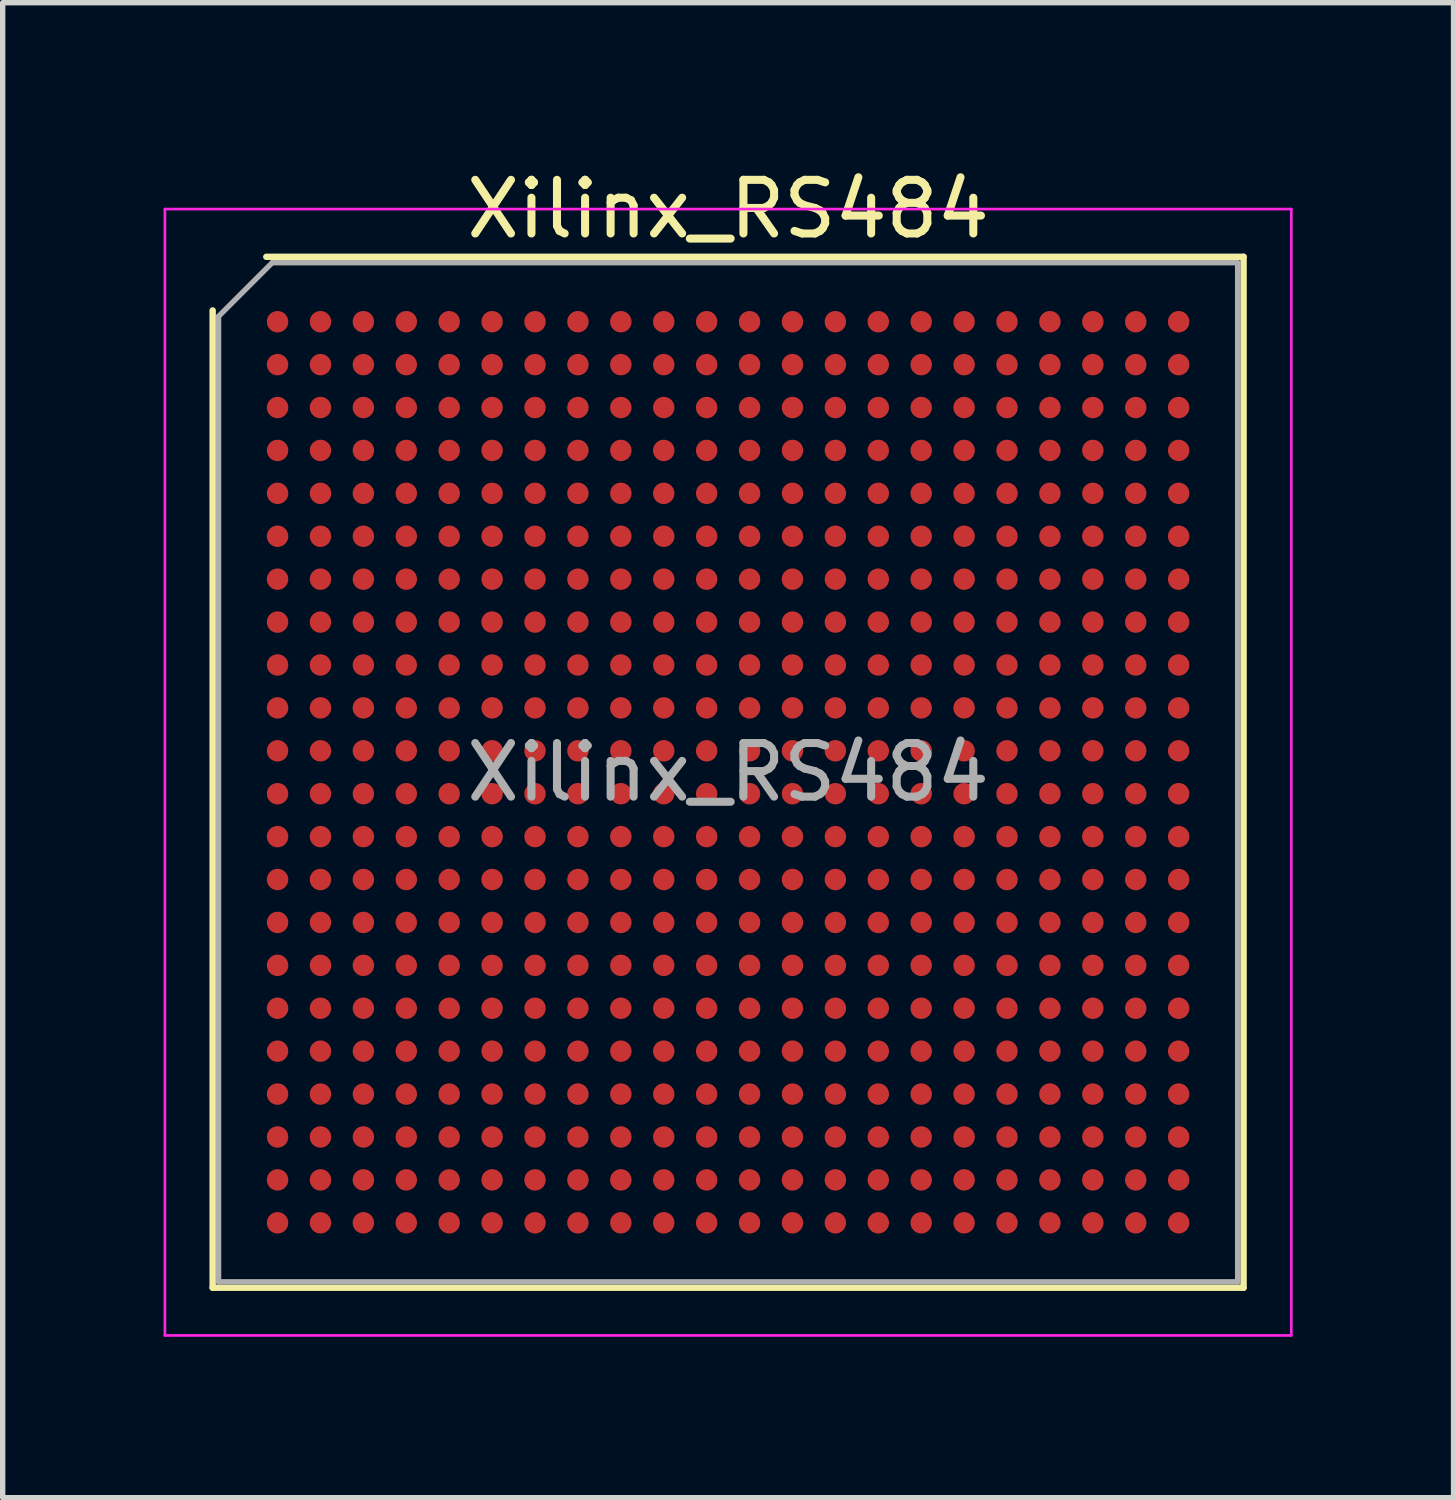
<source format=kicad_pcb>
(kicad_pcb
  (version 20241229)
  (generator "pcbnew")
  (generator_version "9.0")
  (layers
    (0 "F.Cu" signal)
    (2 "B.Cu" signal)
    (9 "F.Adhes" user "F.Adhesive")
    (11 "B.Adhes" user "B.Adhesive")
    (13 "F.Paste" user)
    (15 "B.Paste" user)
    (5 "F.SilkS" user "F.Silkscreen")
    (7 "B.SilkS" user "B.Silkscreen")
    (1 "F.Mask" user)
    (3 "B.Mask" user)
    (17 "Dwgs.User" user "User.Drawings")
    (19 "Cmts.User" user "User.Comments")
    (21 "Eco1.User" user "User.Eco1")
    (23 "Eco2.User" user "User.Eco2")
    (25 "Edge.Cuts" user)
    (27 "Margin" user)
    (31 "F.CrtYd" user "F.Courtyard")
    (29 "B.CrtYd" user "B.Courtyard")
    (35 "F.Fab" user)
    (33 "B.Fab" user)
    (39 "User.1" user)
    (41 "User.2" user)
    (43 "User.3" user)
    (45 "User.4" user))
  (footprint "Xilinx_RS484"
    (layer "F.Cu")
    (at 10.525 11.348)
    (property "Reference" "Xilinx_RS484" (at 0 -10.5 0) (layer "F.SilkS") (effects (font (size 1 1) (thickness 0.15))))
    (attr smd)
    (fp_line (start -9.61 9.61) (end -9.61 -8.61) (stroke (width 0.12) (type solid)) (layer "F.SilkS"))
    (fp_line (start -8.61 -9.61) (end 9.61 -9.61) (stroke (width 0.12) (type solid)) (layer "F.SilkS"))
    (fp_line (start 9.61 -9.61) (end 9.61 9.61) (stroke (width 0.12) (type solid)) (layer "F.SilkS"))
    (fp_line (start 9.61 9.61) (end -9.61 9.61) (stroke (width 0.12) (type solid)) (layer "F.SilkS"))
    (fp_line (start -10.5 -10.5) (end -10.5 10.5) (stroke (width 0.05) (type solid)) (layer "F.CrtYd"))
    (fp_line (start -10.5 10.5) (end 10.5 10.5) (stroke (width 0.05) (type solid)) (layer "F.CrtYd"))
    (fp_line (start 10.5 -10.5) (end -10.5 -10.5) (stroke (width 0.05) (type solid)) (layer "F.CrtYd"))
    (fp_line (start 10.5 10.5) (end 10.5 -10.5) (stroke (width 0.05) (type solid)) (layer "F.CrtYd"))
    (fp_line (start -9.5 -8.5) (end -8.5 -9.5) (stroke (width 0.1) (type solid)) (layer "F.Fab"))
    (fp_line (start -9.5 9.5) (end -9.5 -8.5) (stroke (width 0.1) (type solid)) (layer "F.Fab"))
    (fp_line (start -8.5 -9.5) (end 9.5 -9.5) (stroke (width 0.1) (type solid)) (layer "F.Fab"))
    (fp_line (start 9.5 -9.5) (end 9.5 9.5) (stroke (width 0.1) (type solid)) (layer "F.Fab"))
    (fp_line (start 9.5 9.5) (end -9.5 9.5) (stroke (width 0.1) (type solid)) (layer "F.Fab"))
    (fp_text user "${REFERENCE}" (at 0 0 0) (layer "F.Fab") (effects (font (size 1 1) (thickness 0.15))))
    (pad "A1" smd circle (at -8.4 -8.4) (size 0.4 0.4) (layers "F.Cu" "F.Mask" "F.Paste"))
    (pad "A2" smd circle (at -7.6 -8.4) (size 0.4 0.4) (layers "F.Cu" "F.Mask" "F.Paste"))
    (pad "A3" smd circle (at -6.8 -8.4) (size 0.4 0.4) (layers "F.Cu" "F.Mask" "F.Paste"))
    (pad "A4" smd circle (at -6 -8.4) (size 0.4 0.4) (layers "F.Cu" "F.Mask" "F.Paste"))
    (pad "A5" smd circle (at -5.2 -8.4) (size 0.4 0.4) (layers "F.Cu" "F.Mask" "F.Paste"))
    (pad "A6" smd circle (at -4.4 -8.4) (size 0.4 0.4) (layers "F.Cu" "F.Mask" "F.Paste"))
    (pad "A7" smd circle (at -3.6 -8.4) (size 0.4 0.4) (layers "F.Cu" "F.Mask" "F.Paste"))
    (pad "A8" smd circle (at -2.8 -8.4) (size 0.4 0.4) (layers "F.Cu" "F.Mask" "F.Paste"))
    (pad "A9" smd circle (at -2 -8.4) (size 0.4 0.4) (layers "F.Cu" "F.Mask" "F.Paste"))
    (pad "A10" smd circle (at -1.2 -8.4) (size 0.4 0.4) (layers "F.Cu" "F.Mask" "F.Paste"))
    (pad "A11" smd circle (at -0.4 -8.4) (size 0.4 0.4) (layers "F.Cu" "F.Mask" "F.Paste"))
    (pad "A12" smd circle (at 0.4 -8.4) (size 0.4 0.4) (layers "F.Cu" "F.Mask" "F.Paste"))
    (pad "A13" smd circle (at 1.2 -8.4) (size 0.4 0.4) (layers "F.Cu" "F.Mask" "F.Paste"))
    (pad "A14" smd circle (at 2 -8.4) (size 0.4 0.4) (layers "F.Cu" "F.Mask" "F.Paste"))
    (pad "A15" smd circle (at 2.8 -8.4) (size 0.4 0.4) (layers "F.Cu" "F.Mask" "F.Paste"))
    (pad "A16" smd circle (at 3.6 -8.4) (size 0.4 0.4) (layers "F.Cu" "F.Mask" "F.Paste"))
    (pad "A17" smd circle (at 4.4 -8.4) (size 0.4 0.4) (layers "F.Cu" "F.Mask" "F.Paste"))
    (pad "A18" smd circle (at 5.2 -8.4) (size 0.4 0.4) (layers "F.Cu" "F.Mask" "F.Paste"))
    (pad "A19" smd circle (at 6 -8.4) (size 0.4 0.4) (layers "F.Cu" "F.Mask" "F.Paste"))
    (pad "A20" smd circle (at 6.8 -8.4) (size 0.4 0.4) (layers "F.Cu" "F.Mask" "F.Paste"))
    (pad "A21" smd circle (at 7.6 -8.4) (size 0.4 0.4) (layers "F.Cu" "F.Mask" "F.Paste"))
    (pad "A22" smd circle (at 8.4 -8.4) (size 0.4 0.4) (layers "F.Cu" "F.Mask" "F.Paste"))
    (pad "AA1" smd circle (at -8.4 7.6) (size 0.4 0.4) (layers "F.Cu" "F.Mask" "F.Paste"))
    (pad "AA2" smd circle (at -7.6 7.6) (size 0.4 0.4) (layers "F.Cu" "F.Mask" "F.Paste"))
    (pad "AA3" smd circle (at -6.8 7.6) (size 0.4 0.4) (layers "F.Cu" "F.Mask" "F.Paste"))
    (pad "AA4" smd circle (at -6 7.6) (size 0.4 0.4) (layers "F.Cu" "F.Mask" "F.Paste"))
    (pad "AA5" smd circle (at -5.2 7.6) (size 0.4 0.4) (layers "F.Cu" "F.Mask" "F.Paste"))
    (pad "AA6" smd circle (at -4.4 7.6) (size 0.4 0.4) (layers "F.Cu" "F.Mask" "F.Paste"))
    (pad "AA7" smd circle (at -3.6 7.6) (size 0.4 0.4) (layers "F.Cu" "F.Mask" "F.Paste"))
    (pad "AA8" smd circle (at -2.8 7.6) (size 0.4 0.4) (layers "F.Cu" "F.Mask" "F.Paste"))
    (pad "AA9" smd circle (at -2 7.6) (size 0.4 0.4) (layers "F.Cu" "F.Mask" "F.Paste"))
    (pad "AA10" smd circle (at -1.2 7.6) (size 0.4 0.4) (layers "F.Cu" "F.Mask" "F.Paste"))
    (pad "AA11" smd circle (at -0.4 7.6) (size 0.4 0.4) (layers "F.Cu" "F.Mask" "F.Paste"))
    (pad "AA12" smd circle (at 0.4 7.6) (size 0.4 0.4) (layers "F.Cu" "F.Mask" "F.Paste"))
    (pad "AA13" smd circle (at 1.2 7.6) (size 0.4 0.4) (layers "F.Cu" "F.Mask" "F.Paste"))
    (pad "AA14" smd circle (at 2 7.6) (size 0.4 0.4) (layers "F.Cu" "F.Mask" "F.Paste"))
    (pad "AA15" smd circle (at 2.8 7.6) (size 0.4 0.4) (layers "F.Cu" "F.Mask" "F.Paste"))
    (pad "AA16" smd circle (at 3.6 7.6) (size 0.4 0.4) (layers "F.Cu" "F.Mask" "F.Paste"))
    (pad "AA17" smd circle (at 4.4 7.6) (size 0.4 0.4) (layers "F.Cu" "F.Mask" "F.Paste"))
    (pad "AA18" smd circle (at 5.2 7.6) (size 0.4 0.4) (layers "F.Cu" "F.Mask" "F.Paste"))
    (pad "AA19" smd circle (at 6 7.6) (size 0.4 0.4) (layers "F.Cu" "F.Mask" "F.Paste"))
    (pad "AA20" smd circle (at 6.8 7.6) (size 0.4 0.4) (layers "F.Cu" "F.Mask" "F.Paste"))
    (pad "AA21" smd circle (at 7.6 7.6) (size 0.4 0.4) (layers "F.Cu" "F.Mask" "F.Paste"))
    (pad "AA22" smd circle (at 8.4 7.6) (size 0.4 0.4) (layers "F.Cu" "F.Mask" "F.Paste"))
    (pad "AB1" smd circle (at -8.4 8.4) (size 0.4 0.4) (layers "F.Cu" "F.Mask" "F.Paste"))
    (pad "AB2" smd circle (at -7.6 8.4) (size 0.4 0.4) (layers "F.Cu" "F.Mask" "F.Paste"))
    (pad "AB3" smd circle (at -6.8 8.4) (size 0.4 0.4) (layers "F.Cu" "F.Mask" "F.Paste"))
    (pad "AB4" smd circle (at -6 8.4) (size 0.4 0.4) (layers "F.Cu" "F.Mask" "F.Paste"))
    (pad "AB5" smd circle (at -5.2 8.4) (size 0.4 0.4) (layers "F.Cu" "F.Mask" "F.Paste"))
    (pad "AB6" smd circle (at -4.4 8.4) (size 0.4 0.4) (layers "F.Cu" "F.Mask" "F.Paste"))
    (pad "AB7" smd circle (at -3.6 8.4) (size 0.4 0.4) (layers "F.Cu" "F.Mask" "F.Paste"))
    (pad "AB8" smd circle (at -2.8 8.4) (size 0.4 0.4) (layers "F.Cu" "F.Mask" "F.Paste"))
    (pad "AB9" smd circle (at -2 8.4) (size 0.4 0.4) (layers "F.Cu" "F.Mask" "F.Paste"))
    (pad "AB10" smd circle (at -1.2 8.4) (size 0.4 0.4) (layers "F.Cu" "F.Mask" "F.Paste"))
    (pad "AB11" smd circle (at -0.4 8.4) (size 0.4 0.4) (layers "F.Cu" "F.Mask" "F.Paste"))
    (pad "AB12" smd circle (at 0.4 8.4) (size 0.4 0.4) (layers "F.Cu" "F.Mask" "F.Paste"))
    (pad "AB13" smd circle (at 1.2 8.4) (size 0.4 0.4) (layers "F.Cu" "F.Mask" "F.Paste"))
    (pad "AB14" smd circle (at 2 8.4) (size 0.4 0.4) (layers "F.Cu" "F.Mask" "F.Paste"))
    (pad "AB15" smd circle (at 2.8 8.4) (size 0.4 0.4) (layers "F.Cu" "F.Mask" "F.Paste"))
    (pad "AB16" smd circle (at 3.6 8.4) (size 0.4 0.4) (layers "F.Cu" "F.Mask" "F.Paste"))
    (pad "AB17" smd circle (at 4.4 8.4) (size 0.4 0.4) (layers "F.Cu" "F.Mask" "F.Paste"))
    (pad "AB18" smd circle (at 5.2 8.4) (size 0.4 0.4) (layers "F.Cu" "F.Mask" "F.Paste"))
    (pad "AB19" smd circle (at 6 8.4) (size 0.4 0.4) (layers "F.Cu" "F.Mask" "F.Paste"))
    (pad "AB20" smd circle (at 6.8 8.4) (size 0.4 0.4) (layers "F.Cu" "F.Mask" "F.Paste"))
    (pad "AB21" smd circle (at 7.6 8.4) (size 0.4 0.4) (layers "F.Cu" "F.Mask" "F.Paste"))
    (pad "AB22" smd circle (at 8.4 8.4) (size 0.4 0.4) (layers "F.Cu" "F.Mask" "F.Paste"))
    (pad "B1" smd circle (at -8.4 -7.6) (size 0.4 0.4) (layers "F.Cu" "F.Mask" "F.Paste"))
    (pad "B2" smd circle (at -7.6 -7.6) (size 0.4 0.4) (layers "F.Cu" "F.Mask" "F.Paste"))
    (pad "B3" smd circle (at -6.8 -7.6) (size 0.4 0.4) (layers "F.Cu" "F.Mask" "F.Paste"))
    (pad "B4" smd circle (at -6 -7.6) (size 0.4 0.4) (layers "F.Cu" "F.Mask" "F.Paste"))
    (pad "B5" smd circle (at -5.2 -7.6) (size 0.4 0.4) (layers "F.Cu" "F.Mask" "F.Paste"))
    (pad "B6" smd circle (at -4.4 -7.6) (size 0.4 0.4) (layers "F.Cu" "F.Mask" "F.Paste"))
    (pad "B7" smd circle (at -3.6 -7.6) (size 0.4 0.4) (layers "F.Cu" "F.Mask" "F.Paste"))
    (pad "B8" smd circle (at -2.8 -7.6) (size 0.4 0.4) (layers "F.Cu" "F.Mask" "F.Paste"))
    (pad "B9" smd circle (at -2 -7.6) (size 0.4 0.4) (layers "F.Cu" "F.Mask" "F.Paste"))
    (pad "B10" smd circle (at -1.2 -7.6) (size 0.4 0.4) (layers "F.Cu" "F.Mask" "F.Paste"))
    (pad "B11" smd circle (at -0.4 -7.6) (size 0.4 0.4) (layers "F.Cu" "F.Mask" "F.Paste"))
    (pad "B12" smd circle (at 0.4 -7.6) (size 0.4 0.4) (layers "F.Cu" "F.Mask" "F.Paste"))
    (pad "B13" smd circle (at 1.2 -7.6) (size 0.4 0.4) (layers "F.Cu" "F.Mask" "F.Paste"))
    (pad "B14" smd circle (at 2 -7.6) (size 0.4 0.4) (layers "F.Cu" "F.Mask" "F.Paste"))
    (pad "B15" smd circle (at 2.8 -7.6) (size 0.4 0.4) (layers "F.Cu" "F.Mask" "F.Paste"))
    (pad "B16" smd circle (at 3.6 -7.6) (size 0.4 0.4) (layers "F.Cu" "F.Mask" "F.Paste"))
    (pad "B17" smd circle (at 4.4 -7.6) (size 0.4 0.4) (layers "F.Cu" "F.Mask" "F.Paste"))
    (pad "B18" smd circle (at 5.2 -7.6) (size 0.4 0.4) (layers "F.Cu" "F.Mask" "F.Paste"))
    (pad "B19" smd circle (at 6 -7.6) (size 0.4 0.4) (layers "F.Cu" "F.Mask" "F.Paste"))
    (pad "B20" smd circle (at 6.8 -7.6) (size 0.4 0.4) (layers "F.Cu" "F.Mask" "F.Paste"))
    (pad "B21" smd circle (at 7.6 -7.6) (size 0.4 0.4) (layers "F.Cu" "F.Mask" "F.Paste"))
    (pad "B22" smd circle (at 8.4 -7.6) (size 0.4 0.4) (layers "F.Cu" "F.Mask" "F.Paste"))
    (pad "C1" smd circle (at -8.4 -6.8) (size 0.4 0.4) (layers "F.Cu" "F.Mask" "F.Paste"))
    (pad "C2" smd circle (at -7.6 -6.8) (size 0.4 0.4) (layers "F.Cu" "F.Mask" "F.Paste"))
    (pad "C3" smd circle (at -6.8 -6.8) (size 0.4 0.4) (layers "F.Cu" "F.Mask" "F.Paste"))
    (pad "C4" smd circle (at -6 -6.8) (size 0.4 0.4) (layers "F.Cu" "F.Mask" "F.Paste"))
    (pad "C5" smd circle (at -5.2 -6.8) (size 0.4 0.4) (layers "F.Cu" "F.Mask" "F.Paste"))
    (pad "C6" smd circle (at -4.4 -6.8) (size 0.4 0.4) (layers "F.Cu" "F.Mask" "F.Paste"))
    (pad "C7" smd circle (at -3.6 -6.8) (size 0.4 0.4) (layers "F.Cu" "F.Mask" "F.Paste"))
    (pad "C8" smd circle (at -2.8 -6.8) (size 0.4 0.4) (layers "F.Cu" "F.Mask" "F.Paste"))
    (pad "C9" smd circle (at -2 -6.8) (size 0.4 0.4) (layers "F.Cu" "F.Mask" "F.Paste"))
    (pad "C10" smd circle (at -1.2 -6.8) (size 0.4 0.4) (layers "F.Cu" "F.Mask" "F.Paste"))
    (pad "C11" smd circle (at -0.4 -6.8) (size 0.4 0.4) (layers "F.Cu" "F.Mask" "F.Paste"))
    (pad "C12" smd circle (at 0.4 -6.8) (size 0.4 0.4) (layers "F.Cu" "F.Mask" "F.Paste"))
    (pad "C13" smd circle (at 1.2 -6.8) (size 0.4 0.4) (layers "F.Cu" "F.Mask" "F.Paste"))
    (pad "C14" smd circle (at 2 -6.8) (size 0.4 0.4) (layers "F.Cu" "F.Mask" "F.Paste"))
    (pad "C15" smd circle (at 2.8 -6.8) (size 0.4 0.4) (layers "F.Cu" "F.Mask" "F.Paste"))
    (pad "C16" smd circle (at 3.6 -6.8) (size 0.4 0.4) (layers "F.Cu" "F.Mask" "F.Paste"))
    (pad "C17" smd circle (at 4.4 -6.8) (size 0.4 0.4) (layers "F.Cu" "F.Mask" "F.Paste"))
    (pad "C18" smd circle (at 5.2 -6.8) (size 0.4 0.4) (layers "F.Cu" "F.Mask" "F.Paste"))
    (pad "C19" smd circle (at 6 -6.8) (size 0.4 0.4) (layers "F.Cu" "F.Mask" "F.Paste"))
    (pad "C20" smd circle (at 6.8 -6.8) (size 0.4 0.4) (layers "F.Cu" "F.Mask" "F.Paste"))
    (pad "C21" smd circle (at 7.6 -6.8) (size 0.4 0.4) (layers "F.Cu" "F.Mask" "F.Paste"))
    (pad "C22" smd circle (at 8.4 -6.8) (size 0.4 0.4) (layers "F.Cu" "F.Mask" "F.Paste"))
    (pad "D1" smd circle (at -8.4 -6) (size 0.4 0.4) (layers "F.Cu" "F.Mask" "F.Paste"))
    (pad "D2" smd circle (at -7.6 -6) (size 0.4 0.4) (layers "F.Cu" "F.Mask" "F.Paste"))
    (pad "D3" smd circle (at -6.8 -6) (size 0.4 0.4) (layers "F.Cu" "F.Mask" "F.Paste"))
    (pad "D4" smd circle (at -6 -6) (size 0.4 0.4) (layers "F.Cu" "F.Mask" "F.Paste"))
    (pad "D5" smd circle (at -5.2 -6) (size 0.4 0.4) (layers "F.Cu" "F.Mask" "F.Paste"))
    (pad "D6" smd circle (at -4.4 -6) (size 0.4 0.4) (layers "F.Cu" "F.Mask" "F.Paste"))
    (pad "D7" smd circle (at -3.6 -6) (size 0.4 0.4) (layers "F.Cu" "F.Mask" "F.Paste"))
    (pad "D8" smd circle (at -2.8 -6) (size 0.4 0.4) (layers "F.Cu" "F.Mask" "F.Paste"))
    (pad "D9" smd circle (at -2 -6) (size 0.4 0.4) (layers "F.Cu" "F.Mask" "F.Paste"))
    (pad "D10" smd circle (at -1.2 -6) (size 0.4 0.4) (layers "F.Cu" "F.Mask" "F.Paste"))
    (pad "D11" smd circle (at -0.4 -6) (size 0.4 0.4) (layers "F.Cu" "F.Mask" "F.Paste"))
    (pad "D12" smd circle (at 0.4 -6) (size 0.4 0.4) (layers "F.Cu" "F.Mask" "F.Paste"))
    (pad "D13" smd circle (at 1.2 -6) (size 0.4 0.4) (layers "F.Cu" "F.Mask" "F.Paste"))
    (pad "D14" smd circle (at 2 -6) (size 0.4 0.4) (layers "F.Cu" "F.Mask" "F.Paste"))
    (pad "D15" smd circle (at 2.8 -6) (size 0.4 0.4) (layers "F.Cu" "F.Mask" "F.Paste"))
    (pad "D16" smd circle (at 3.6 -6) (size 0.4 0.4) (layers "F.Cu" "F.Mask" "F.Paste"))
    (pad "D17" smd circle (at 4.4 -6) (size 0.4 0.4) (layers "F.Cu" "F.Mask" "F.Paste"))
    (pad "D18" smd circle (at 5.2 -6) (size 0.4 0.4) (layers "F.Cu" "F.Mask" "F.Paste"))
    (pad "D19" smd circle (at 6 -6) (size 0.4 0.4) (layers "F.Cu" "F.Mask" "F.Paste"))
    (pad "D20" smd circle (at 6.8 -6) (size 0.4 0.4) (layers "F.Cu" "F.Mask" "F.Paste"))
    (pad "D21" smd circle (at 7.6 -6) (size 0.4 0.4) (layers "F.Cu" "F.Mask" "F.Paste"))
    (pad "D22" smd circle (at 8.4 -6) (size 0.4 0.4) (layers "F.Cu" "F.Mask" "F.Paste"))
    (pad "E1" smd circle (at -8.4 -5.2) (size 0.4 0.4) (layers "F.Cu" "F.Mask" "F.Paste"))
    (pad "E2" smd circle (at -7.6 -5.2) (size 0.4 0.4) (layers "F.Cu" "F.Mask" "F.Paste"))
    (pad "E3" smd circle (at -6.8 -5.2) (size 0.4 0.4) (layers "F.Cu" "F.Mask" "F.Paste"))
    (pad "E4" smd circle (at -6 -5.2) (size 0.4 0.4) (layers "F.Cu" "F.Mask" "F.Paste"))
    (pad "E5" smd circle (at -5.2 -5.2) (size 0.4 0.4) (layers "F.Cu" "F.Mask" "F.Paste"))
    (pad "E6" smd circle (at -4.4 -5.2) (size 0.4 0.4) (layers "F.Cu" "F.Mask" "F.Paste"))
    (pad "E7" smd circle (at -3.6 -5.2) (size 0.4 0.4) (layers "F.Cu" "F.Mask" "F.Paste"))
    (pad "E8" smd circle (at -2.8 -5.2) (size 0.4 0.4) (layers "F.Cu" "F.Mask" "F.Paste"))
    (pad "E9" smd circle (at -2 -5.2) (size 0.4 0.4) (layers "F.Cu" "F.Mask" "F.Paste"))
    (pad "E10" smd circle (at -1.2 -5.2) (size 0.4 0.4) (layers "F.Cu" "F.Mask" "F.Paste"))
    (pad "E11" smd circle (at -0.4 -5.2) (size 0.4 0.4) (layers "F.Cu" "F.Mask" "F.Paste"))
    (pad "E12" smd circle (at 0.4 -5.2) (size 0.4 0.4) (layers "F.Cu" "F.Mask" "F.Paste"))
    (pad "E13" smd circle (at 1.2 -5.2) (size 0.4 0.4) (layers "F.Cu" "F.Mask" "F.Paste"))
    (pad "E14" smd circle (at 2 -5.2) (size 0.4 0.4) (layers "F.Cu" "F.Mask" "F.Paste"))
    (pad "E15" smd circle (at 2.8 -5.2) (size 0.4 0.4) (layers "F.Cu" "F.Mask" "F.Paste"))
    (pad "E16" smd circle (at 3.6 -5.2) (size 0.4 0.4) (layers "F.Cu" "F.Mask" "F.Paste"))
    (pad "E17" smd circle (at 4.4 -5.2) (size 0.4 0.4) (layers "F.Cu" "F.Mask" "F.Paste"))
    (pad "E18" smd circle (at 5.2 -5.2) (size 0.4 0.4) (layers "F.Cu" "F.Mask" "F.Paste"))
    (pad "E19" smd circle (at 6 -5.2) (size 0.4 0.4) (layers "F.Cu" "F.Mask" "F.Paste"))
    (pad "E20" smd circle (at 6.8 -5.2) (size 0.4 0.4) (layers "F.Cu" "F.Mask" "F.Paste"))
    (pad "E21" smd circle (at 7.6 -5.2) (size 0.4 0.4) (layers "F.Cu" "F.Mask" "F.Paste"))
    (pad "E22" smd circle (at 8.4 -5.2) (size 0.4 0.4) (layers "F.Cu" "F.Mask" "F.Paste"))
    (pad "F1" smd circle (at -8.4 -4.4) (size 0.4 0.4) (layers "F.Cu" "F.Mask" "F.Paste"))
    (pad "F2" smd circle (at -7.6 -4.4) (size 0.4 0.4) (layers "F.Cu" "F.Mask" "F.Paste"))
    (pad "F3" smd circle (at -6.8 -4.4) (size 0.4 0.4) (layers "F.Cu" "F.Mask" "F.Paste"))
    (pad "F4" smd circle (at -6 -4.4) (size 0.4 0.4) (layers "F.Cu" "F.Mask" "F.Paste"))
    (pad "F5" smd circle (at -5.2 -4.4) (size 0.4 0.4) (layers "F.Cu" "F.Mask" "F.Paste"))
    (pad "F6" smd circle (at -4.4 -4.4) (size 0.4 0.4) (layers "F.Cu" "F.Mask" "F.Paste"))
    (pad "F7" smd circle (at -3.6 -4.4) (size 0.4 0.4) (layers "F.Cu" "F.Mask" "F.Paste"))
    (pad "F8" smd circle (at -2.8 -4.4) (size 0.4 0.4) (layers "F.Cu" "F.Mask" "F.Paste"))
    (pad "F9" smd circle (at -2 -4.4) (size 0.4 0.4) (layers "F.Cu" "F.Mask" "F.Paste"))
    (pad "F10" smd circle (at -1.2 -4.4) (size 0.4 0.4) (layers "F.Cu" "F.Mask" "F.Paste"))
    (pad "F11" smd circle (at -0.4 -4.4) (size 0.4 0.4) (layers "F.Cu" "F.Mask" "F.Paste"))
    (pad "F12" smd circle (at 0.4 -4.4) (size 0.4 0.4) (layers "F.Cu" "F.Mask" "F.Paste"))
    (pad "F13" smd circle (at 1.2 -4.4) (size 0.4 0.4) (layers "F.Cu" "F.Mask" "F.Paste"))
    (pad "F14" smd circle (at 2 -4.4) (size 0.4 0.4) (layers "F.Cu" "F.Mask" "F.Paste"))
    (pad "F15" smd circle (at 2.8 -4.4) (size 0.4 0.4) (layers "F.Cu" "F.Mask" "F.Paste"))
    (pad "F16" smd circle (at 3.6 -4.4) (size 0.4 0.4) (layers "F.Cu" "F.Mask" "F.Paste"))
    (pad "F17" smd circle (at 4.4 -4.4) (size 0.4 0.4) (layers "F.Cu" "F.Mask" "F.Paste"))
    (pad "F18" smd circle (at 5.2 -4.4) (size 0.4 0.4) (layers "F.Cu" "F.Mask" "F.Paste"))
    (pad "F19" smd circle (at 6 -4.4) (size 0.4 0.4) (layers "F.Cu" "F.Mask" "F.Paste"))
    (pad "F20" smd circle (at 6.8 -4.4) (size 0.4 0.4) (layers "F.Cu" "F.Mask" "F.Paste"))
    (pad "F21" smd circle (at 7.6 -4.4) (size 0.4 0.4) (layers "F.Cu" "F.Mask" "F.Paste"))
    (pad "F22" smd circle (at 8.4 -4.4) (size 0.4 0.4) (layers "F.Cu" "F.Mask" "F.Paste"))
    (pad "G1" smd circle (at -8.4 -3.6) (size 0.4 0.4) (layers "F.Cu" "F.Mask" "F.Paste"))
    (pad "G2" smd circle (at -7.6 -3.6) (size 0.4 0.4) (layers "F.Cu" "F.Mask" "F.Paste"))
    (pad "G3" smd circle (at -6.8 -3.6) (size 0.4 0.4) (layers "F.Cu" "F.Mask" "F.Paste"))
    (pad "G4" smd circle (at -6 -3.6) (size 0.4 0.4) (layers "F.Cu" "F.Mask" "F.Paste"))
    (pad "G5" smd circle (at -5.2 -3.6) (size 0.4 0.4) (layers "F.Cu" "F.Mask" "F.Paste"))
    (pad "G6" smd circle (at -4.4 -3.6) (size 0.4 0.4) (layers "F.Cu" "F.Mask" "F.Paste"))
    (pad "G7" smd circle (at -3.6 -3.6) (size 0.4 0.4) (layers "F.Cu" "F.Mask" "F.Paste"))
    (pad "G8" smd circle (at -2.8 -3.6) (size 0.4 0.4) (layers "F.Cu" "F.Mask" "F.Paste"))
    (pad "G9" smd circle (at -2 -3.6) (size 0.4 0.4) (layers "F.Cu" "F.Mask" "F.Paste"))
    (pad "G10" smd circle (at -1.2 -3.6) (size 0.4 0.4) (layers "F.Cu" "F.Mask" "F.Paste"))
    (pad "G11" smd circle (at -0.4 -3.6) (size 0.4 0.4) (layers "F.Cu" "F.Mask" "F.Paste"))
    (pad "G12" smd circle (at 0.4 -3.6) (size 0.4 0.4) (layers "F.Cu" "F.Mask" "F.Paste"))
    (pad "G13" smd circle (at 1.2 -3.6) (size 0.4 0.4) (layers "F.Cu" "F.Mask" "F.Paste"))
    (pad "G14" smd circle (at 2 -3.6) (size 0.4 0.4) (layers "F.Cu" "F.Mask" "F.Paste"))
    (pad "G15" smd circle (at 2.8 -3.6) (size 0.4 0.4) (layers "F.Cu" "F.Mask" "F.Paste"))
    (pad "G16" smd circle (at 3.6 -3.6) (size 0.4 0.4) (layers "F.Cu" "F.Mask" "F.Paste"))
    (pad "G17" smd circle (at 4.4 -3.6) (size 0.4 0.4) (layers "F.Cu" "F.Mask" "F.Paste"))
    (pad "G18" smd circle (at 5.2 -3.6) (size 0.4 0.4) (layers "F.Cu" "F.Mask" "F.Paste"))
    (pad "G19" smd circle (at 6 -3.6) (size 0.4 0.4) (layers "F.Cu" "F.Mask" "F.Paste"))
    (pad "G20" smd circle (at 6.8 -3.6) (size 0.4 0.4) (layers "F.Cu" "F.Mask" "F.Paste"))
    (pad "G21" smd circle (at 7.6 -3.6) (size 0.4 0.4) (layers "F.Cu" "F.Mask" "F.Paste"))
    (pad "G22" smd circle (at 8.4 -3.6) (size 0.4 0.4) (layers "F.Cu" "F.Mask" "F.Paste"))
    (pad "H1" smd circle (at -8.4 -2.8) (size 0.4 0.4) (layers "F.Cu" "F.Mask" "F.Paste"))
    (pad "H2" smd circle (at -7.6 -2.8) (size 0.4 0.4) (layers "F.Cu" "F.Mask" "F.Paste"))
    (pad "H3" smd circle (at -6.8 -2.8) (size 0.4 0.4) (layers "F.Cu" "F.Mask" "F.Paste"))
    (pad "H4" smd circle (at -6 -2.8) (size 0.4 0.4) (layers "F.Cu" "F.Mask" "F.Paste"))
    (pad "H5" smd circle (at -5.2 -2.8) (size 0.4 0.4) (layers "F.Cu" "F.Mask" "F.Paste"))
    (pad "H6" smd circle (at -4.4 -2.8) (size 0.4 0.4) (layers "F.Cu" "F.Mask" "F.Paste"))
    (pad "H7" smd circle (at -3.6 -2.8) (size 0.4 0.4) (layers "F.Cu" "F.Mask" "F.Paste"))
    (pad "H8" smd circle (at -2.8 -2.8) (size 0.4 0.4) (layers "F.Cu" "F.Mask" "F.Paste"))
    (pad "H9" smd circle (at -2 -2.8) (size 0.4 0.4) (layers "F.Cu" "F.Mask" "F.Paste"))
    (pad "H10" smd circle (at -1.2 -2.8) (size 0.4 0.4) (layers "F.Cu" "F.Mask" "F.Paste"))
    (pad "H11" smd circle (at -0.4 -2.8) (size 0.4 0.4) (layers "F.Cu" "F.Mask" "F.Paste"))
    (pad "H12" smd circle (at 0.4 -2.8) (size 0.4 0.4) (layers "F.Cu" "F.Mask" "F.Paste"))
    (pad "H13" smd circle (at 1.2 -2.8) (size 0.4 0.4) (layers "F.Cu" "F.Mask" "F.Paste"))
    (pad "H14" smd circle (at 2 -2.8) (size 0.4 0.4) (layers "F.Cu" "F.Mask" "F.Paste"))
    (pad "H15" smd circle (at 2.8 -2.8) (size 0.4 0.4) (layers "F.Cu" "F.Mask" "F.Paste"))
    (pad "H16" smd circle (at 3.6 -2.8) (size 0.4 0.4) (layers "F.Cu" "F.Mask" "F.Paste"))
    (pad "H17" smd circle (at 4.4 -2.8) (size 0.4 0.4) (layers "F.Cu" "F.Mask" "F.Paste"))
    (pad "H18" smd circle (at 5.2 -2.8) (size 0.4 0.4) (layers "F.Cu" "F.Mask" "F.Paste"))
    (pad "H19" smd circle (at 6 -2.8) (size 0.4 0.4) (layers "F.Cu" "F.Mask" "F.Paste"))
    (pad "H20" smd circle (at 6.8 -2.8) (size 0.4 0.4) (layers "F.Cu" "F.Mask" "F.Paste"))
    (pad "H21" smd circle (at 7.6 -2.8) (size 0.4 0.4) (layers "F.Cu" "F.Mask" "F.Paste"))
    (pad "H22" smd circle (at 8.4 -2.8) (size 0.4 0.4) (layers "F.Cu" "F.Mask" "F.Paste"))
    (pad "J1" smd circle (at -8.4 -2) (size 0.4 0.4) (layers "F.Cu" "F.Mask" "F.Paste"))
    (pad "J2" smd circle (at -7.6 -2) (size 0.4 0.4) (layers "F.Cu" "F.Mask" "F.Paste"))
    (pad "J3" smd circle (at -6.8 -2) (size 0.4 0.4) (layers "F.Cu" "F.Mask" "F.Paste"))
    (pad "J4" smd circle (at -6 -2) (size 0.4 0.4) (layers "F.Cu" "F.Mask" "F.Paste"))
    (pad "J5" smd circle (at -5.2 -2) (size 0.4 0.4) (layers "F.Cu" "F.Mask" "F.Paste"))
    (pad "J6" smd circle (at -4.4 -2) (size 0.4 0.4) (layers "F.Cu" "F.Mask" "F.Paste"))
    (pad "J7" smd circle (at -3.6 -2) (size 0.4 0.4) (layers "F.Cu" "F.Mask" "F.Paste"))
    (pad "J8" smd circle (at -2.8 -2) (size 0.4 0.4) (layers "F.Cu" "F.Mask" "F.Paste"))
    (pad "J9" smd circle (at -2 -2) (size 0.4 0.4) (layers "F.Cu" "F.Mask" "F.Paste"))
    (pad "J10" smd circle (at -1.2 -2) (size 0.4 0.4) (layers "F.Cu" "F.Mask" "F.Paste"))
    (pad "J11" smd circle (at -0.4 -2) (size 0.4 0.4) (layers "F.Cu" "F.Mask" "F.Paste"))
    (pad "J12" smd circle (at 0.4 -2) (size 0.4 0.4) (layers "F.Cu" "F.Mask" "F.Paste"))
    (pad "J13" smd circle (at 1.2 -2) (size 0.4 0.4) (layers "F.Cu" "F.Mask" "F.Paste"))
    (pad "J14" smd circle (at 2 -2) (size 0.4 0.4) (layers "F.Cu" "F.Mask" "F.Paste"))
    (pad "J15" smd circle (at 2.8 -2) (size 0.4 0.4) (layers "F.Cu" "F.Mask" "F.Paste"))
    (pad "J16" smd circle (at 3.6 -2) (size 0.4 0.4) (layers "F.Cu" "F.Mask" "F.Paste"))
    (pad "J17" smd circle (at 4.4 -2) (size 0.4 0.4) (layers "F.Cu" "F.Mask" "F.Paste"))
    (pad "J18" smd circle (at 5.2 -2) (size 0.4 0.4) (layers "F.Cu" "F.Mask" "F.Paste"))
    (pad "J19" smd circle (at 6 -2) (size 0.4 0.4) (layers "F.Cu" "F.Mask" "F.Paste"))
    (pad "J20" smd circle (at 6.8 -2) (size 0.4 0.4) (layers "F.Cu" "F.Mask" "F.Paste"))
    (pad "J21" smd circle (at 7.6 -2) (size 0.4 0.4) (layers "F.Cu" "F.Mask" "F.Paste"))
    (pad "J22" smd circle (at 8.4 -2) (size 0.4 0.4) (layers "F.Cu" "F.Mask" "F.Paste"))
    (pad "K1" smd circle (at -8.4 -1.2) (size 0.4 0.4) (layers "F.Cu" "F.Mask" "F.Paste"))
    (pad "K2" smd circle (at -7.6 -1.2) (size 0.4 0.4) (layers "F.Cu" "F.Mask" "F.Paste"))
    (pad "K3" smd circle (at -6.8 -1.2) (size 0.4 0.4) (layers "F.Cu" "F.Mask" "F.Paste"))
    (pad "K4" smd circle (at -6 -1.2) (size 0.4 0.4) (layers "F.Cu" "F.Mask" "F.Paste"))
    (pad "K5" smd circle (at -5.2 -1.2) (size 0.4 0.4) (layers "F.Cu" "F.Mask" "F.Paste"))
    (pad "K6" smd circle (at -4.4 -1.2) (size 0.4 0.4) (layers "F.Cu" "F.Mask" "F.Paste"))
    (pad "K7" smd circle (at -3.6 -1.2) (size 0.4 0.4) (layers "F.Cu" "F.Mask" "F.Paste"))
    (pad "K8" smd circle (at -2.8 -1.2) (size 0.4 0.4) (layers "F.Cu" "F.Mask" "F.Paste"))
    (pad "K9" smd circle (at -2 -1.2) (size 0.4 0.4) (layers "F.Cu" "F.Mask" "F.Paste"))
    (pad "K10" smd circle (at -1.2 -1.2) (size 0.4 0.4) (layers "F.Cu" "F.Mask" "F.Paste"))
    (pad "K11" smd circle (at -0.4 -1.2) (size 0.4 0.4) (layers "F.Cu" "F.Mask" "F.Paste"))
    (pad "K12" smd circle (at 0.4 -1.2) (size 0.4 0.4) (layers "F.Cu" "F.Mask" "F.Paste"))
    (pad "K13" smd circle (at 1.2 -1.2) (size 0.4 0.4) (layers "F.Cu" "F.Mask" "F.Paste"))
    (pad "K14" smd circle (at 2 -1.2) (size 0.4 0.4) (layers "F.Cu" "F.Mask" "F.Paste"))
    (pad "K15" smd circle (at 2.8 -1.2) (size 0.4 0.4) (layers "F.Cu" "F.Mask" "F.Paste"))
    (pad "K16" smd circle (at 3.6 -1.2) (size 0.4 0.4) (layers "F.Cu" "F.Mask" "F.Paste"))
    (pad "K17" smd circle (at 4.4 -1.2) (size 0.4 0.4) (layers "F.Cu" "F.Mask" "F.Paste"))
    (pad "K18" smd circle (at 5.2 -1.2) (size 0.4 0.4) (layers "F.Cu" "F.Mask" "F.Paste"))
    (pad "K19" smd circle (at 6 -1.2) (size 0.4 0.4) (layers "F.Cu" "F.Mask" "F.Paste"))
    (pad "K20" smd circle (at 6.8 -1.2) (size 0.4 0.4) (layers "F.Cu" "F.Mask" "F.Paste"))
    (pad "K21" smd circle (at 7.6 -1.2) (size 0.4 0.4) (layers "F.Cu" "F.Mask" "F.Paste"))
    (pad "K22" smd circle (at 8.4 -1.2) (size 0.4 0.4) (layers "F.Cu" "F.Mask" "F.Paste"))
    (pad "L1" smd circle (at -8.4 -0.4) (size 0.4 0.4) (layers "F.Cu" "F.Mask" "F.Paste"))
    (pad "L2" smd circle (at -7.6 -0.4) (size 0.4 0.4) (layers "F.Cu" "F.Mask" "F.Paste"))
    (pad "L3" smd circle (at -6.8 -0.4) (size 0.4 0.4) (layers "F.Cu" "F.Mask" "F.Paste"))
    (pad "L4" smd circle (at -6 -0.4) (size 0.4 0.4) (layers "F.Cu" "F.Mask" "F.Paste"))
    (pad "L5" smd circle (at -5.2 -0.4) (size 0.4 0.4) (layers "F.Cu" "F.Mask" "F.Paste"))
    (pad "L6" smd circle (at -4.4 -0.4) (size 0.4 0.4) (layers "F.Cu" "F.Mask" "F.Paste"))
    (pad "L7" smd circle (at -3.6 -0.4) (size 0.4 0.4) (layers "F.Cu" "F.Mask" "F.Paste"))
    (pad "L8" smd circle (at -2.8 -0.4) (size 0.4 0.4) (layers "F.Cu" "F.Mask" "F.Paste"))
    (pad "L9" smd circle (at -2 -0.4) (size 0.4 0.4) (layers "F.Cu" "F.Mask" "F.Paste"))
    (pad "L10" smd circle (at -1.2 -0.4) (size 0.4 0.4) (layers "F.Cu" "F.Mask" "F.Paste"))
    (pad "L11" smd circle (at -0.4 -0.4) (size 0.4 0.4) (layers "F.Cu" "F.Mask" "F.Paste"))
    (pad "L12" smd circle (at 0.4 -0.4) (size 0.4 0.4) (layers "F.Cu" "F.Mask" "F.Paste"))
    (pad "L13" smd circle (at 1.2 -0.4) (size 0.4 0.4) (layers "F.Cu" "F.Mask" "F.Paste"))
    (pad "L14" smd circle (at 2 -0.4) (size 0.4 0.4) (layers "F.Cu" "F.Mask" "F.Paste"))
    (pad "L15" smd circle (at 2.8 -0.4) (size 0.4 0.4) (layers "F.Cu" "F.Mask" "F.Paste"))
    (pad "L16" smd circle (at 3.6 -0.4) (size 0.4 0.4) (layers "F.Cu" "F.Mask" "F.Paste"))
    (pad "L17" smd circle (at 4.4 -0.4) (size 0.4 0.4) (layers "F.Cu" "F.Mask" "F.Paste"))
    (pad "L18" smd circle (at 5.2 -0.4) (size 0.4 0.4) (layers "F.Cu" "F.Mask" "F.Paste"))
    (pad "L19" smd circle (at 6 -0.4) (size 0.4 0.4) (layers "F.Cu" "F.Mask" "F.Paste"))
    (pad "L20" smd circle (at 6.8 -0.4) (size 0.4 0.4) (layers "F.Cu" "F.Mask" "F.Paste"))
    (pad "L21" smd circle (at 7.6 -0.4) (size 0.4 0.4) (layers "F.Cu" "F.Mask" "F.Paste"))
    (pad "L22" smd circle (at 8.4 -0.4) (size 0.4 0.4) (layers "F.Cu" "F.Mask" "F.Paste"))
    (pad "M1" smd circle (at -8.4 0.4) (size 0.4 0.4) (layers "F.Cu" "F.Mask" "F.Paste"))
    (pad "M2" smd circle (at -7.6 0.4) (size 0.4 0.4) (layers "F.Cu" "F.Mask" "F.Paste"))
    (pad "M3" smd circle (at -6.8 0.4) (size 0.4 0.4) (layers "F.Cu" "F.Mask" "F.Paste"))
    (pad "M4" smd circle (at -6 0.4) (size 0.4 0.4) (layers "F.Cu" "F.Mask" "F.Paste"))
    (pad "M5" smd circle (at -5.2 0.4) (size 0.4 0.4) (layers "F.Cu" "F.Mask" "F.Paste"))
    (pad "M6" smd circle (at -4.4 0.4) (size 0.4 0.4) (layers "F.Cu" "F.Mask" "F.Paste"))
    (pad "M7" smd circle (at -3.6 0.4) (size 0.4 0.4) (layers "F.Cu" "F.Mask" "F.Paste"))
    (pad "M8" smd circle (at -2.8 0.4) (size 0.4 0.4) (layers "F.Cu" "F.Mask" "F.Paste"))
    (pad "M9" smd circle (at -2 0.4) (size 0.4 0.4) (layers "F.Cu" "F.Mask" "F.Paste"))
    (pad "M10" smd circle (at -1.2 0.4) (size 0.4 0.4) (layers "F.Cu" "F.Mask" "F.Paste"))
    (pad "M11" smd circle (at -0.4 0.4) (size 0.4 0.4) (layers "F.Cu" "F.Mask" "F.Paste"))
    (pad "M12" smd circle (at 0.4 0.4) (size 0.4 0.4) (layers "F.Cu" "F.Mask" "F.Paste"))
    (pad "M13" smd circle (at 1.2 0.4) (size 0.4 0.4) (layers "F.Cu" "F.Mask" "F.Paste"))
    (pad "M14" smd circle (at 2 0.4) (size 0.4 0.4) (layers "F.Cu" "F.Mask" "F.Paste"))
    (pad "M15" smd circle (at 2.8 0.4) (size 0.4 0.4) (layers "F.Cu" "F.Mask" "F.Paste"))
    (pad "M16" smd circle (at 3.6 0.4) (size 0.4 0.4) (layers "F.Cu" "F.Mask" "F.Paste"))
    (pad "M17" smd circle (at 4.4 0.4) (size 0.4 0.4) (layers "F.Cu" "F.Mask" "F.Paste"))
    (pad "M18" smd circle (at 5.2 0.4) (size 0.4 0.4) (layers "F.Cu" "F.Mask" "F.Paste"))
    (pad "M19" smd circle (at 6 0.4) (size 0.4 0.4) (layers "F.Cu" "F.Mask" "F.Paste"))
    (pad "M20" smd circle (at 6.8 0.4) (size 0.4 0.4) (layers "F.Cu" "F.Mask" "F.Paste"))
    (pad "M21" smd circle (at 7.6 0.4) (size 0.4 0.4) (layers "F.Cu" "F.Mask" "F.Paste"))
    (pad "M22" smd circle (at 8.4 0.4) (size 0.4 0.4) (layers "F.Cu" "F.Mask" "F.Paste"))
    (pad "N1" smd circle (at -8.4 1.2) (size 0.4 0.4) (layers "F.Cu" "F.Mask" "F.Paste"))
    (pad "N2" smd circle (at -7.6 1.2) (size 0.4 0.4) (layers "F.Cu" "F.Mask" "F.Paste"))
    (pad "N3" smd circle (at -6.8 1.2) (size 0.4 0.4) (layers "F.Cu" "F.Mask" "F.Paste"))
    (pad "N4" smd circle (at -6 1.2) (size 0.4 0.4) (layers "F.Cu" "F.Mask" "F.Paste"))
    (pad "N5" smd circle (at -5.2 1.2) (size 0.4 0.4) (layers "F.Cu" "F.Mask" "F.Paste"))
    (pad "N6" smd circle (at -4.4 1.2) (size 0.4 0.4) (layers "F.Cu" "F.Mask" "F.Paste"))
    (pad "N7" smd circle (at -3.6 1.2) (size 0.4 0.4) (layers "F.Cu" "F.Mask" "F.Paste"))
    (pad "N8" smd circle (at -2.8 1.2) (size 0.4 0.4) (layers "F.Cu" "F.Mask" "F.Paste"))
    (pad "N9" smd circle (at -2 1.2) (size 0.4 0.4) (layers "F.Cu" "F.Mask" "F.Paste"))
    (pad "N10" smd circle (at -1.2 1.2) (size 0.4 0.4) (layers "F.Cu" "F.Mask" "F.Paste"))
    (pad "N11" smd circle (at -0.4 1.2) (size 0.4 0.4) (layers "F.Cu" "F.Mask" "F.Paste"))
    (pad "N12" smd circle (at 0.4 1.2) (size 0.4 0.4) (layers "F.Cu" "F.Mask" "F.Paste"))
    (pad "N13" smd circle (at 1.2 1.2) (size 0.4 0.4) (layers "F.Cu" "F.Mask" "F.Paste"))
    (pad "N14" smd circle (at 2 1.2) (size 0.4 0.4) (layers "F.Cu" "F.Mask" "F.Paste"))
    (pad "N15" smd circle (at 2.8 1.2) (size 0.4 0.4) (layers "F.Cu" "F.Mask" "F.Paste"))
    (pad "N16" smd circle (at 3.6 1.2) (size 0.4 0.4) (layers "F.Cu" "F.Mask" "F.Paste"))
    (pad "N17" smd circle (at 4.4 1.2) (size 0.4 0.4) (layers "F.Cu" "F.Mask" "F.Paste"))
    (pad "N18" smd circle (at 5.2 1.2) (size 0.4 0.4) (layers "F.Cu" "F.Mask" "F.Paste"))
    (pad "N19" smd circle (at 6 1.2) (size 0.4 0.4) (layers "F.Cu" "F.Mask" "F.Paste"))
    (pad "N20" smd circle (at 6.8 1.2) (size 0.4 0.4) (layers "F.Cu" "F.Mask" "F.Paste"))
    (pad "N21" smd circle (at 7.6 1.2) (size 0.4 0.4) (layers "F.Cu" "F.Mask" "F.Paste"))
    (pad "N22" smd circle (at 8.4 1.2) (size 0.4 0.4) (layers "F.Cu" "F.Mask" "F.Paste"))
    (pad "P1" smd circle (at -8.4 2) (size 0.4 0.4) (layers "F.Cu" "F.Mask" "F.Paste"))
    (pad "P2" smd circle (at -7.6 2) (size 0.4 0.4) (layers "F.Cu" "F.Mask" "F.Paste"))
    (pad "P3" smd circle (at -6.8 2) (size 0.4 0.4) (layers "F.Cu" "F.Mask" "F.Paste"))
    (pad "P4" smd circle (at -6 2) (size 0.4 0.4) (layers "F.Cu" "F.Mask" "F.Paste"))
    (pad "P5" smd circle (at -5.2 2) (size 0.4 0.4) (layers "F.Cu" "F.Mask" "F.Paste"))
    (pad "P6" smd circle (at -4.4 2) (size 0.4 0.4) (layers "F.Cu" "F.Mask" "F.Paste"))
    (pad "P7" smd circle (at -3.6 2) (size 0.4 0.4) (layers "F.Cu" "F.Mask" "F.Paste"))
    (pad "P8" smd circle (at -2.8 2) (size 0.4 0.4) (layers "F.Cu" "F.Mask" "F.Paste"))
    (pad "P9" smd circle (at -2 2) (size 0.4 0.4) (layers "F.Cu" "F.Mask" "F.Paste"))
    (pad "P10" smd circle (at -1.2 2) (size 0.4 0.4) (layers "F.Cu" "F.Mask" "F.Paste"))
    (pad "P11" smd circle (at -0.4 2) (size 0.4 0.4) (layers "F.Cu" "F.Mask" "F.Paste"))
    (pad "P12" smd circle (at 0.4 2) (size 0.4 0.4) (layers "F.Cu" "F.Mask" "F.Paste"))
    (pad "P13" smd circle (at 1.2 2) (size 0.4 0.4) (layers "F.Cu" "F.Mask" "F.Paste"))
    (pad "P14" smd circle (at 2 2) (size 0.4 0.4) (layers "F.Cu" "F.Mask" "F.Paste"))
    (pad "P15" smd circle (at 2.8 2) (size 0.4 0.4) (layers "F.Cu" "F.Mask" "F.Paste"))
    (pad "P16" smd circle (at 3.6 2) (size 0.4 0.4) (layers "F.Cu" "F.Mask" "F.Paste"))
    (pad "P17" smd circle (at 4.4 2) (size 0.4 0.4) (layers "F.Cu" "F.Mask" "F.Paste"))
    (pad "P18" smd circle (at 5.2 2) (size 0.4 0.4) (layers "F.Cu" "F.Mask" "F.Paste"))
    (pad "P19" smd circle (at 6 2) (size 0.4 0.4) (layers "F.Cu" "F.Mask" "F.Paste"))
    (pad "P20" smd circle (at 6.8 2) (size 0.4 0.4) (layers "F.Cu" "F.Mask" "F.Paste"))
    (pad "P21" smd circle (at 7.6 2) (size 0.4 0.4) (layers "F.Cu" "F.Mask" "F.Paste"))
    (pad "P22" smd circle (at 8.4 2) (size 0.4 0.4) (layers "F.Cu" "F.Mask" "F.Paste"))
    (pad "R1" smd circle (at -8.4 2.8) (size 0.4 0.4) (layers "F.Cu" "F.Mask" "F.Paste"))
    (pad "R2" smd circle (at -7.6 2.8) (size 0.4 0.4) (layers "F.Cu" "F.Mask" "F.Paste"))
    (pad "R3" smd circle (at -6.8 2.8) (size 0.4 0.4) (layers "F.Cu" "F.Mask" "F.Paste"))
    (pad "R4" smd circle (at -6 2.8) (size 0.4 0.4) (layers "F.Cu" "F.Mask" "F.Paste"))
    (pad "R5" smd circle (at -5.2 2.8) (size 0.4 0.4) (layers "F.Cu" "F.Mask" "F.Paste"))
    (pad "R6" smd circle (at -4.4 2.8) (size 0.4 0.4) (layers "F.Cu" "F.Mask" "F.Paste"))
    (pad "R7" smd circle (at -3.6 2.8) (size 0.4 0.4) (layers "F.Cu" "F.Mask" "F.Paste"))
    (pad "R8" smd circle (at -2.8 2.8) (size 0.4 0.4) (layers "F.Cu" "F.Mask" "F.Paste"))
    (pad "R9" smd circle (at -2 2.8) (size 0.4 0.4) (layers "F.Cu" "F.Mask" "F.Paste"))
    (pad "R10" smd circle (at -1.2 2.8) (size 0.4 0.4) (layers "F.Cu" "F.Mask" "F.Paste"))
    (pad "R11" smd circle (at -0.4 2.8) (size 0.4 0.4) (layers "F.Cu" "F.Mask" "F.Paste"))
    (pad "R12" smd circle (at 0.4 2.8) (size 0.4 0.4) (layers "F.Cu" "F.Mask" "F.Paste"))
    (pad "R13" smd circle (at 1.2 2.8) (size 0.4 0.4) (layers "F.Cu" "F.Mask" "F.Paste"))
    (pad "R14" smd circle (at 2 2.8) (size 0.4 0.4) (layers "F.Cu" "F.Mask" "F.Paste"))
    (pad "R15" smd circle (at 2.8 2.8) (size 0.4 0.4) (layers "F.Cu" "F.Mask" "F.Paste"))
    (pad "R16" smd circle (at 3.6 2.8) (size 0.4 0.4) (layers "F.Cu" "F.Mask" "F.Paste"))
    (pad "R17" smd circle (at 4.4 2.8) (size 0.4 0.4) (layers "F.Cu" "F.Mask" "F.Paste"))
    (pad "R18" smd circle (at 5.2 2.8) (size 0.4 0.4) (layers "F.Cu" "F.Mask" "F.Paste"))
    (pad "R19" smd circle (at 6 2.8) (size 0.4 0.4) (layers "F.Cu" "F.Mask" "F.Paste"))
    (pad "R20" smd circle (at 6.8 2.8) (size 0.4 0.4) (layers "F.Cu" "F.Mask" "F.Paste"))
    (pad "R21" smd circle (at 7.6 2.8) (size 0.4 0.4) (layers "F.Cu" "F.Mask" "F.Paste"))
    (pad "R22" smd circle (at 8.4 2.8) (size 0.4 0.4) (layers "F.Cu" "F.Mask" "F.Paste"))
    (pad "T1" smd circle (at -8.4 3.6) (size 0.4 0.4) (layers "F.Cu" "F.Mask" "F.Paste"))
    (pad "T2" smd circle (at -7.6 3.6) (size 0.4 0.4) (layers "F.Cu" "F.Mask" "F.Paste"))
    (pad "T3" smd circle (at -6.8 3.6) (size 0.4 0.4) (layers "F.Cu" "F.Mask" "F.Paste"))
    (pad "T4" smd circle (at -6 3.6) (size 0.4 0.4) (layers "F.Cu" "F.Mask" "F.Paste"))
    (pad "T5" smd circle (at -5.2 3.6) (size 0.4 0.4) (layers "F.Cu" "F.Mask" "F.Paste"))
    (pad "T6" smd circle (at -4.4 3.6) (size 0.4 0.4) (layers "F.Cu" "F.Mask" "F.Paste"))
    (pad "T7" smd circle (at -3.6 3.6) (size 0.4 0.4) (layers "F.Cu" "F.Mask" "F.Paste"))
    (pad "T8" smd circle (at -2.8 3.6) (size 0.4 0.4) (layers "F.Cu" "F.Mask" "F.Paste"))
    (pad "T9" smd circle (at -2 3.6) (size 0.4 0.4) (layers "F.Cu" "F.Mask" "F.Paste"))
    (pad "T10" smd circle (at -1.2 3.6) (size 0.4 0.4) (layers "F.Cu" "F.Mask" "F.Paste"))
    (pad "T11" smd circle (at -0.4 3.6) (size 0.4 0.4) (layers "F.Cu" "F.Mask" "F.Paste"))
    (pad "T12" smd circle (at 0.4 3.6) (size 0.4 0.4) (layers "F.Cu" "F.Mask" "F.Paste"))
    (pad "T13" smd circle (at 1.2 3.6) (size 0.4 0.4) (layers "F.Cu" "F.Mask" "F.Paste"))
    (pad "T14" smd circle (at 2 3.6) (size 0.4 0.4) (layers "F.Cu" "F.Mask" "F.Paste"))
    (pad "T15" smd circle (at 2.8 3.6) (size 0.4 0.4) (layers "F.Cu" "F.Mask" "F.Paste"))
    (pad "T16" smd circle (at 3.6 3.6) (size 0.4 0.4) (layers "F.Cu" "F.Mask" "F.Paste"))
    (pad "T17" smd circle (at 4.4 3.6) (size 0.4 0.4) (layers "F.Cu" "F.Mask" "F.Paste"))
    (pad "T18" smd circle (at 5.2 3.6) (size 0.4 0.4) (layers "F.Cu" "F.Mask" "F.Paste"))
    (pad "T19" smd circle (at 6 3.6) (size 0.4 0.4) (layers "F.Cu" "F.Mask" "F.Paste"))
    (pad "T20" smd circle (at 6.8 3.6) (size 0.4 0.4) (layers "F.Cu" "F.Mask" "F.Paste"))
    (pad "T21" smd circle (at 7.6 3.6) (size 0.4 0.4) (layers "F.Cu" "F.Mask" "F.Paste"))
    (pad "T22" smd circle (at 8.4 3.6) (size 0.4 0.4) (layers "F.Cu" "F.Mask" "F.Paste"))
    (pad "U1" smd circle (at -8.4 4.4) (size 0.4 0.4) (layers "F.Cu" "F.Mask" "F.Paste"))
    (pad "U2" smd circle (at -7.6 4.4) (size 0.4 0.4) (layers "F.Cu" "F.Mask" "F.Paste"))
    (pad "U3" smd circle (at -6.8 4.4) (size 0.4 0.4) (layers "F.Cu" "F.Mask" "F.Paste"))
    (pad "U4" smd circle (at -6 4.4) (size 0.4 0.4) (layers "F.Cu" "F.Mask" "F.Paste"))
    (pad "U5" smd circle (at -5.2 4.4) (size 0.4 0.4) (layers "F.Cu" "F.Mask" "F.Paste"))
    (pad "U6" smd circle (at -4.4 4.4) (size 0.4 0.4) (layers "F.Cu" "F.Mask" "F.Paste"))
    (pad "U7" smd circle (at -3.6 4.4) (size 0.4 0.4) (layers "F.Cu" "F.Mask" "F.Paste"))
    (pad "U8" smd circle (at -2.8 4.4) (size 0.4 0.4) (layers "F.Cu" "F.Mask" "F.Paste"))
    (pad "U9" smd circle (at -2 4.4) (size 0.4 0.4) (layers "F.Cu" "F.Mask" "F.Paste"))
    (pad "U10" smd circle (at -1.2 4.4) (size 0.4 0.4) (layers "F.Cu" "F.Mask" "F.Paste"))
    (pad "U11" smd circle (at -0.4 4.4) (size 0.4 0.4) (layers "F.Cu" "F.Mask" "F.Paste"))
    (pad "U12" smd circle (at 0.4 4.4) (size 0.4 0.4) (layers "F.Cu" "F.Mask" "F.Paste"))
    (pad "U13" smd circle (at 1.2 4.4) (size 0.4 0.4) (layers "F.Cu" "F.Mask" "F.Paste"))
    (pad "U14" smd circle (at 2 4.4) (size 0.4 0.4) (layers "F.Cu" "F.Mask" "F.Paste"))
    (pad "U15" smd circle (at 2.8 4.4) (size 0.4 0.4) (layers "F.Cu" "F.Mask" "F.Paste"))
    (pad "U16" smd circle (at 3.6 4.4) (size 0.4 0.4) (layers "F.Cu" "F.Mask" "F.Paste"))
    (pad "U17" smd circle (at 4.4 4.4) (size 0.4 0.4) (layers "F.Cu" "F.Mask" "F.Paste"))
    (pad "U18" smd circle (at 5.2 4.4) (size 0.4 0.4) (layers "F.Cu" "F.Mask" "F.Paste"))
    (pad "U19" smd circle (at 6 4.4) (size 0.4 0.4) (layers "F.Cu" "F.Mask" "F.Paste"))
    (pad "U20" smd circle (at 6.8 4.4) (size 0.4 0.4) (layers "F.Cu" "F.Mask" "F.Paste"))
    (pad "U21" smd circle (at 7.6 4.4) (size 0.4 0.4) (layers "F.Cu" "F.Mask" "F.Paste"))
    (pad "U22" smd circle (at 8.4 4.4) (size 0.4 0.4) (layers "F.Cu" "F.Mask" "F.Paste"))
    (pad "V1" smd circle (at -8.4 5.2) (size 0.4 0.4) (layers "F.Cu" "F.Mask" "F.Paste"))
    (pad "V2" smd circle (at -7.6 5.2) (size 0.4 0.4) (layers "F.Cu" "F.Mask" "F.Paste"))
    (pad "V3" smd circle (at -6.8 5.2) (size 0.4 0.4) (layers "F.Cu" "F.Mask" "F.Paste"))
    (pad "V4" smd circle (at -6 5.2) (size 0.4 0.4) (layers "F.Cu" "F.Mask" "F.Paste"))
    (pad "V5" smd circle (at -5.2 5.2) (size 0.4 0.4) (layers "F.Cu" "F.Mask" "F.Paste"))
    (pad "V6" smd circle (at -4.4 5.2) (size 0.4 0.4) (layers "F.Cu" "F.Mask" "F.Paste"))
    (pad "V7" smd circle (at -3.6 5.2) (size 0.4 0.4) (layers "F.Cu" "F.Mask" "F.Paste"))
    (pad "V8" smd circle (at -2.8 5.2) (size 0.4 0.4) (layers "F.Cu" "F.Mask" "F.Paste"))
    (pad "V9" smd circle (at -2 5.2) (size 0.4 0.4) (layers "F.Cu" "F.Mask" "F.Paste"))
    (pad "V10" smd circle (at -1.2 5.2) (size 0.4 0.4) (layers "F.Cu" "F.Mask" "F.Paste"))
    (pad "V11" smd circle (at -0.4 5.2) (size 0.4 0.4) (layers "F.Cu" "F.Mask" "F.Paste"))
    (pad "V12" smd circle (at 0.4 5.2) (size 0.4 0.4) (layers "F.Cu" "F.Mask" "F.Paste"))
    (pad "V13" smd circle (at 1.2 5.2) (size 0.4 0.4) (layers "F.Cu" "F.Mask" "F.Paste"))
    (pad "V14" smd circle (at 2 5.2) (size 0.4 0.4) (layers "F.Cu" "F.Mask" "F.Paste"))
    (pad "V15" smd circle (at 2.8 5.2) (size 0.4 0.4) (layers "F.Cu" "F.Mask" "F.Paste"))
    (pad "V16" smd circle (at 3.6 5.2) (size 0.4 0.4) (layers "F.Cu" "F.Mask" "F.Paste"))
    (pad "V17" smd circle (at 4.4 5.2) (size 0.4 0.4) (layers "F.Cu" "F.Mask" "F.Paste"))
    (pad "V18" smd circle (at 5.2 5.2) (size 0.4 0.4) (layers "F.Cu" "F.Mask" "F.Paste"))
    (pad "V19" smd circle (at 6 5.2) (size 0.4 0.4) (layers "F.Cu" "F.Mask" "F.Paste"))
    (pad "V20" smd circle (at 6.8 5.2) (size 0.4 0.4) (layers "F.Cu" "F.Mask" "F.Paste"))
    (pad "V21" smd circle (at 7.6 5.2) (size 0.4 0.4) (layers "F.Cu" "F.Mask" "F.Paste"))
    (pad "V22" smd circle (at 8.4 5.2) (size 0.4 0.4) (layers "F.Cu" "F.Mask" "F.Paste"))
    (pad "W1" smd circle (at -8.4 6) (size 0.4 0.4) (layers "F.Cu" "F.Mask" "F.Paste"))
    (pad "W2" smd circle (at -7.6 6) (size 0.4 0.4) (layers "F.Cu" "F.Mask" "F.Paste"))
    (pad "W3" smd circle (at -6.8 6) (size 0.4 0.4) (layers "F.Cu" "F.Mask" "F.Paste"))
    (pad "W4" smd circle (at -6 6) (size 0.4 0.4) (layers "F.Cu" "F.Mask" "F.Paste"))
    (pad "W5" smd circle (at -5.2 6) (size 0.4 0.4) (layers "F.Cu" "F.Mask" "F.Paste"))
    (pad "W6" smd circle (at -4.4 6) (size 0.4 0.4) (layers "F.Cu" "F.Mask" "F.Paste"))
    (pad "W7" smd circle (at -3.6 6) (size 0.4 0.4) (layers "F.Cu" "F.Mask" "F.Paste"))
    (pad "W8" smd circle (at -2.8 6) (size 0.4 0.4) (layers "F.Cu" "F.Mask" "F.Paste"))
    (pad "W9" smd circle (at -2 6) (size 0.4 0.4) (layers "F.Cu" "F.Mask" "F.Paste"))
    (pad "W10" smd circle (at -1.2 6) (size 0.4 0.4) (layers "F.Cu" "F.Mask" "F.Paste"))
    (pad "W11" smd circle (at -0.4 6) (size 0.4 0.4) (layers "F.Cu" "F.Mask" "F.Paste"))
    (pad "W12" smd circle (at 0.4 6) (size 0.4 0.4) (layers "F.Cu" "F.Mask" "F.Paste"))
    (pad "W13" smd circle (at 1.2 6) (size 0.4 0.4) (layers "F.Cu" "F.Mask" "F.Paste"))
    (pad "W14" smd circle (at 2 6) (size 0.4 0.4) (layers "F.Cu" "F.Mask" "F.Paste"))
    (pad "W15" smd circle (at 2.8 6) (size 0.4 0.4) (layers "F.Cu" "F.Mask" "F.Paste"))
    (pad "W16" smd circle (at 3.6 6) (size 0.4 0.4) (layers "F.Cu" "F.Mask" "F.Paste"))
    (pad "W17" smd circle (at 4.4 6) (size 0.4 0.4) (layers "F.Cu" "F.Mask" "F.Paste"))
    (pad "W18" smd circle (at 5.2 6) (size 0.4 0.4) (layers "F.Cu" "F.Mask" "F.Paste"))
    (pad "W19" smd circle (at 6 6) (size 0.4 0.4) (layers "F.Cu" "F.Mask" "F.Paste"))
    (pad "W20" smd circle (at 6.8 6) (size 0.4 0.4) (layers "F.Cu" "F.Mask" "F.Paste"))
    (pad "W21" smd circle (at 7.6 6) (size 0.4 0.4) (layers "F.Cu" "F.Mask" "F.Paste"))
    (pad "W22" smd circle (at 8.4 6) (size 0.4 0.4) (layers "F.Cu" "F.Mask" "F.Paste"))
    (pad "Y1" smd circle (at -8.4 6.8) (size 0.4 0.4) (layers "F.Cu" "F.Mask" "F.Paste"))
    (pad "Y2" smd circle (at -7.6 6.8) (size 0.4 0.4) (layers "F.Cu" "F.Mask" "F.Paste"))
    (pad "Y3" smd circle (at -6.8 6.8) (size 0.4 0.4) (layers "F.Cu" "F.Mask" "F.Paste"))
    (pad "Y4" smd circle (at -6 6.8) (size 0.4 0.4) (layers "F.Cu" "F.Mask" "F.Paste"))
    (pad "Y5" smd circle (at -5.2 6.8) (size 0.4 0.4) (layers "F.Cu" "F.Mask" "F.Paste"))
    (pad "Y6" smd circle (at -4.4 6.8) (size 0.4 0.4) (layers "F.Cu" "F.Mask" "F.Paste"))
    (pad "Y7" smd circle (at -3.6 6.8) (size 0.4 0.4) (layers "F.Cu" "F.Mask" "F.Paste"))
    (pad "Y8" smd circle (at -2.8 6.8) (size 0.4 0.4) (layers "F.Cu" "F.Mask" "F.Paste"))
    (pad "Y9" smd circle (at -2 6.8) (size 0.4 0.4) (layers "F.Cu" "F.Mask" "F.Paste"))
    (pad "Y10" smd circle (at -1.2 6.8) (size 0.4 0.4) (layers "F.Cu" "F.Mask" "F.Paste"))
    (pad "Y11" smd circle (at -0.4 6.8) (size 0.4 0.4) (layers "F.Cu" "F.Mask" "F.Paste"))
    (pad "Y12" smd circle (at 0.4 6.8) (size 0.4 0.4) (layers "F.Cu" "F.Mask" "F.Paste"))
    (pad "Y13" smd circle (at 1.2 6.8) (size 0.4 0.4) (layers "F.Cu" "F.Mask" "F.Paste"))
    (pad "Y14" smd circle (at 2 6.8) (size 0.4 0.4) (layers "F.Cu" "F.Mask" "F.Paste"))
    (pad "Y15" smd circle (at 2.8 6.8) (size 0.4 0.4) (layers "F.Cu" "F.Mask" "F.Paste"))
    (pad "Y16" smd circle (at 3.6 6.8) (size 0.4 0.4) (layers "F.Cu" "F.Mask" "F.Paste"))
    (pad "Y17" smd circle (at 4.4 6.8) (size 0.4 0.4) (layers "F.Cu" "F.Mask" "F.Paste"))
    (pad "Y18" smd circle (at 5.2 6.8) (size 0.4 0.4) (layers "F.Cu" "F.Mask" "F.Paste"))
    (pad "Y19" smd circle (at 6 6.8) (size 0.4 0.4) (layers "F.Cu" "F.Mask" "F.Paste"))
    (pad "Y20" smd circle (at 6.8 6.8) (size 0.4 0.4) (layers "F.Cu" "F.Mask" "F.Paste"))
    (pad "Y21" smd circle (at 7.6 6.8) (size 0.4 0.4) (layers "F.Cu" "F.Mask" "F.Paste"))
    (pad "Y22" smd circle (at 8.4 6.8) (size 0.4 0.4) (layers "F.Cu" "F.Mask" "F.Paste")))
  (gr_rect
    (start -3 -3)
    (end 24.05 24.873)
    (stroke (width 0.1) (type default))
    (fill no)
    (layer "Edge.Cuts")))
</source>
